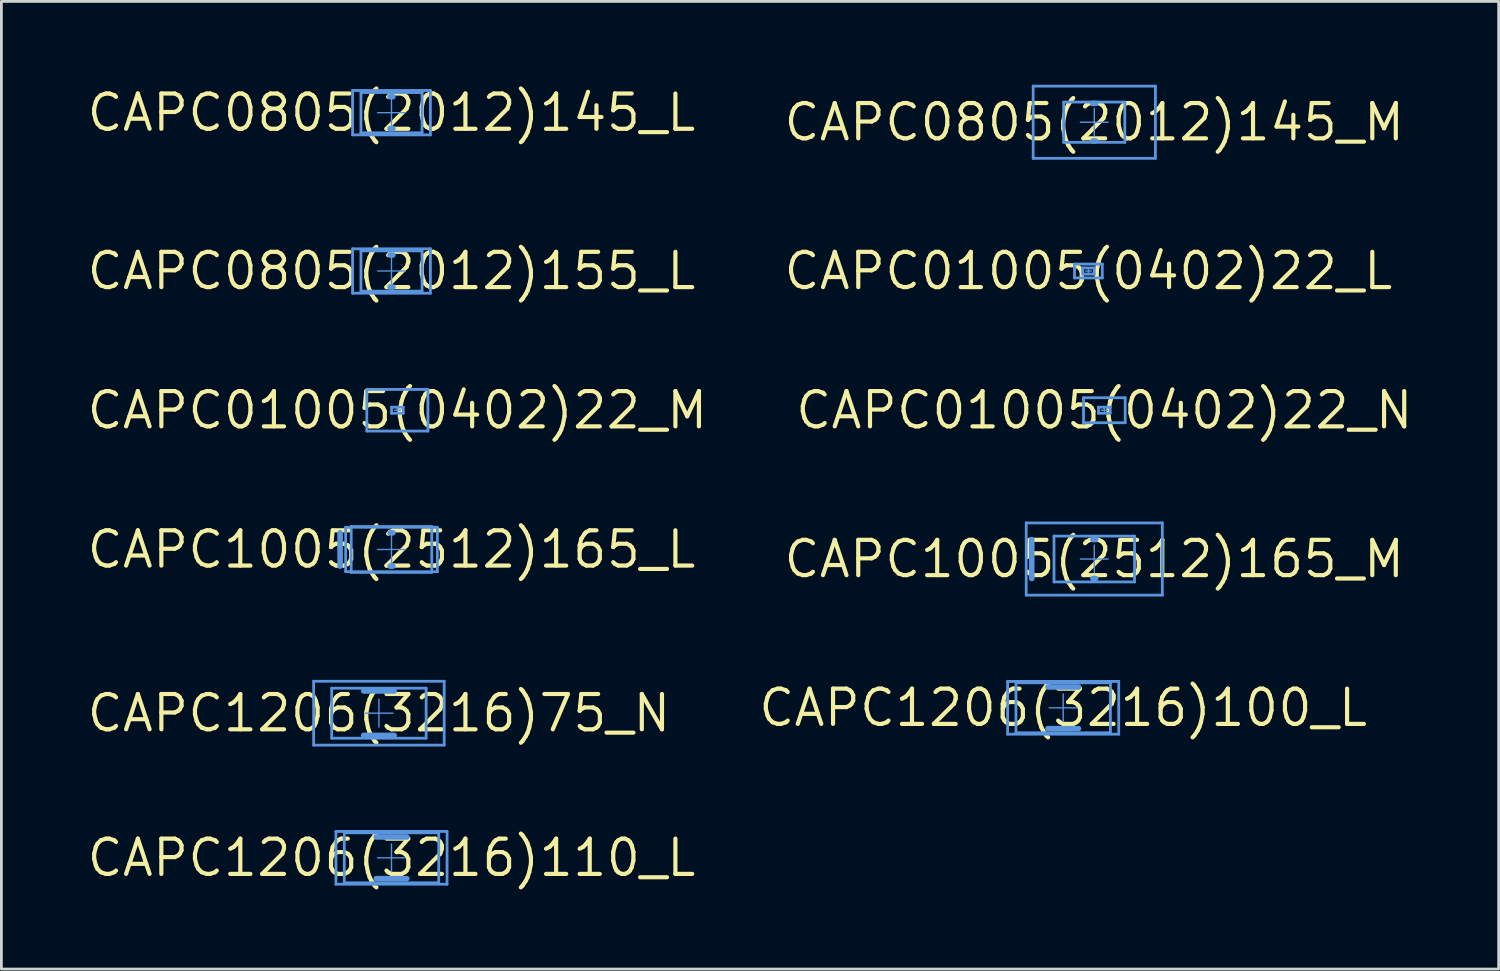
<source format=kicad_pcb>
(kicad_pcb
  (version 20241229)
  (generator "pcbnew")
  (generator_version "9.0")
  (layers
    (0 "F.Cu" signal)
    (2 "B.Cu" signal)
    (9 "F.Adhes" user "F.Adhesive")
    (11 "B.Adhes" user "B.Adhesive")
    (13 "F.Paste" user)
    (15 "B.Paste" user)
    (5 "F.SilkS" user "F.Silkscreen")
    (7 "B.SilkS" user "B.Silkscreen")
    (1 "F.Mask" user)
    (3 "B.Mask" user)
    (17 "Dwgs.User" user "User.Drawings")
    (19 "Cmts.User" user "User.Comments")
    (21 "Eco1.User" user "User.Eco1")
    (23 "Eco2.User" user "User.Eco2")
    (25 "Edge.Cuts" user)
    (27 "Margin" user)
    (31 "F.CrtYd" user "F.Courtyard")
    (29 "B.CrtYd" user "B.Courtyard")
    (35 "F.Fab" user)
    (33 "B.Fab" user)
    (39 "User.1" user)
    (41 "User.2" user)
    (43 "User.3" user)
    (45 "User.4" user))
  (footprint "CAPC01005(0402)22_L"
    (layer "F.Cu")
    (at 36.133 6.706)
    (property "Reference" "CAPC01005(0402)22_L" (at 0 0 0) (layer "F.SilkS") (effects (font (size 1.27 1.27) (thickness 0.15))))
    (attr through_hole)
    (fp_line (start -0.5 -0.25) (end 0.5 -0.25) (stroke (width 0.05) (type solid)) (layer "Cmts.User"))
    (fp_line (start -0.5 -0.25) (end 0.5 -0.25) (stroke (width 0.1) (type solid)) (layer "Cmts.User"))
    (fp_line (start -0.5 0.25) (end -0.5 -0.25) (stroke (width 0.05) (type solid)) (layer "Cmts.User"))
    (fp_line (start -0.5 0.25) (end -0.5 -0.25) (stroke (width 0.1) (type solid)) (layer "Cmts.User"))
    (fp_line (start -0.5 0.25) (end 0.5 0.25) (stroke (width 0.05) (type solid)) (layer "Cmts.User"))
    (fp_line (start -0.5 0.25) (end 0.5 0.25) (stroke (width 0.1) (type solid)) (layer "Cmts.User"))
    (fp_line (start -0.21 -0.11) (end 0.21 -0.11) (stroke (width 0.1) (type solid)) (layer "Cmts.User"))
    (fp_line (start -0.21 0.11) (end -0.21 -0.11) (stroke (width 0.1) (type solid)) (layer "Cmts.User"))
    (fp_line (start -0.21 0.11) (end 0.21 0.11) (stroke (width 0.1) (type solid)) (layer "Cmts.User"))
    (fp_line (start -0.11 0) (end 0.11 0) (stroke (width 0.05) (type solid)) (layer "Cmts.User"))
    (fp_line (start 0 0.11) (end 0 -0.11) (stroke (width 0.05) (type solid)) (layer "Cmts.User"))
    (fp_line (start 0.21 0.11) (end 0.21 -0.11) (stroke (width 0.1) (type solid)) (layer "Cmts.User"))
    (fp_line (start 0.5 0.25) (end 0.5 -0.25) (stroke (width 0.05) (type solid)) (layer "Cmts.User"))
    (fp_line (start 0.5 0.25) (end 0.5 -0.25) (stroke (width 0.1) (type solid)) (layer "Cmts.User")))
  (footprint "CAPC01005(0402)22_N"
    (layer "F.Cu")
    (at 36.707 11.719)
    (property "Reference" "CAPC01005(0402)22_N" (at 0 0 0) (layer "F.SilkS") (effects (font (size 1.27 1.27) (thickness 0.15))))
    (attr through_hole)
    (fp_line (start -0.75 -0.45) (end 0.75 -0.45) (stroke (width 0.05) (type solid)) (layer "Cmts.User"))
    (fp_line (start -0.75 -0.45) (end 0.75 -0.45) (stroke (width 0.1) (type solid)) (layer "Cmts.User"))
    (fp_line (start -0.75 0.45) (end -0.75 -0.45) (stroke (width 0.05) (type solid)) (layer "Cmts.User"))
    (fp_line (start -0.75 0.45) (end -0.75 -0.45) (stroke (width 0.1) (type solid)) (layer "Cmts.User"))
    (fp_line (start -0.75 0.45) (end 0.75 0.45) (stroke (width 0.05) (type solid)) (layer "Cmts.User"))
    (fp_line (start -0.75 0.45) (end 0.75 0.45) (stroke (width 0.1) (type solid)) (layer "Cmts.User"))
    (fp_line (start -0.21 -0.11) (end 0.21 -0.11) (stroke (width 0.1) (type solid)) (layer "Cmts.User"))
    (fp_line (start -0.21 0.11) (end -0.21 -0.11) (stroke (width 0.1) (type solid)) (layer "Cmts.User"))
    (fp_line (start -0.21 0.11) (end 0.21 0.11) (stroke (width 0.1) (type solid)) (layer "Cmts.User"))
    (fp_line (start -0.11 0) (end 0.11 0) (stroke (width 0.05) (type solid)) (layer "Cmts.User"))
    (fp_line (start 0 0.11) (end 0 -0.11) (stroke (width 0.05) (type solid)) (layer "Cmts.User"))
    (fp_line (start 0.21 0.11) (end 0.21 -0.11) (stroke (width 0.1) (type solid)) (layer "Cmts.User"))
    (fp_line (start 0.75 0.45) (end 0.75 -0.45) (stroke (width 0.05) (type solid)) (layer "Cmts.User"))
    (fp_line (start 0.75 0.45) (end 0.75 -0.45) (stroke (width 0.1) (type solid)) (layer "Cmts.User")))
  (footprint "CAPC1206(3216)110_L"
    (layer "F.Cu")
    (at 11.044 27.831)
    (property "Reference" "CAPC1206(3216)110_L" (at 0 0 0) (layer "F.SilkS") (effects (font (size 1.27 1.27) (thickness 0.15))))
    (attr through_hole)
    (fp_line (start -2 -0.95) (end 2 -0.95) (stroke (width 0.05) (type solid)) (layer "Cmts.User"))
    (fp_line (start -2 -0.95) (end 2 -0.95) (stroke (width 0.05) (type solid)) (layer "Cmts.User"))
    (fp_line (start -2 -0.95) (end 2 -0.95) (stroke (width 0.1) (type solid)) (layer "Cmts.User"))
    (fp_line (start -2 0.95) (end -2 -0.95) (stroke (width 0.05) (type solid)) (layer "Cmts.User"))
    (fp_line (start -2 0.95) (end -2 -0.95) (stroke (width 0.05) (type solid)) (layer "Cmts.User"))
    (fp_line (start -2 0.95) (end -2 -0.95) (stroke (width 0.1) (type solid)) (layer "Cmts.User"))
    (fp_line (start -2 0.95) (end 2 0.95) (stroke (width 0.05) (type solid)) (layer "Cmts.User"))
    (fp_line (start -2 0.95) (end 2 0.95) (stroke (width 0.05) (type solid)) (layer "Cmts.User"))
    (fp_line (start -2 0.95) (end 2 0.95) (stroke (width 0.1) (type solid)) (layer "Cmts.User"))
    (fp_line (start -1.7 -0.9) (end 1.7 -0.9) (stroke (width 0.1) (type solid)) (layer "Cmts.User"))
    (fp_line (start -1.7 0.9) (end -1.7 -0.9) (stroke (width 0.1) (type solid)) (layer "Cmts.User"))
    (fp_line (start -1.7 0.9) (end 1.7 0.9) (stroke (width 0.1) (type solid)) (layer "Cmts.User"))
    (fp_line (start -0.55 -0.75) (end 0.55 -0.75) (stroke (width 0.2) (type solid)) (layer "Cmts.User"))
    (fp_line (start -0.55 0.75) (end 0.55 0.75) (stroke (width 0.2) (type solid)) (layer "Cmts.User"))
    (fp_line (start -0.5 0) (end 0.5 0) (stroke (width 0.05) (type solid)) (layer "Cmts.User"))
    (fp_line (start 0 0.5) (end 0 -0.5) (stroke (width 0.05) (type solid)) (layer "Cmts.User"))
    (fp_line (start 1.7 0.9) (end 1.7 -0.9) (stroke (width 0.1) (type solid)) (layer "Cmts.User"))
    (fp_line (start 2 0.95) (end 2 -0.95) (stroke (width 0.05) (type solid)) (layer "Cmts.User"))
    (fp_line (start 2 0.95) (end 2 -0.95) (stroke (width 0.05) (type solid)) (layer "Cmts.User"))
    (fp_line (start 2 0.95) (end 2 -0.95) (stroke (width 0.1) (type solid)) (layer "Cmts.User")))
  (footprint "CAPC1005(2512)165_M"
    (layer "F.Cu")
    (at 36.344 17.075)
    (property "Reference" "CAPC1005(2512)165_M" (at 0 0 0) (layer "F.SilkS") (effects (font (size 1.27 1.27) (thickness 0.15))))
    (attr through_hole)
    (fp_line (start -2.45 -1.3) (end 2.45 -1.3) (stroke (width 0.05) (type solid)) (layer "Cmts.User"))
    (fp_line (start -2.45 -1.3) (end 2.45 -1.3) (stroke (width 0.1) (type solid)) (layer "Cmts.User"))
    (fp_line (start -2.45 1.3) (end -2.45 -1.3) (stroke (width 0.05) (type solid)) (layer "Cmts.User"))
    (fp_line (start -2.45 1.3) (end -2.45 -1.3) (stroke (width 0.1) (type solid)) (layer "Cmts.User"))
    (fp_line (start -2.45 1.3) (end 2.45 1.3) (stroke (width 0.05) (type solid)) (layer "Cmts.User"))
    (fp_line (start -2.45 1.3) (end 2.45 1.3) (stroke (width 0.1) (type solid)) (layer "Cmts.User"))
    (fp_line (start -2.25 0.7) (end -2.25 -0.7) (stroke (width 0.2) (type solid)) (layer "Cmts.User"))
    (fp_line (start -1.45 -0.825) (end 1.45 -0.825) (stroke (width 0.1) (type solid)) (layer "Cmts.User"))
    (fp_line (start -1.45 0.825) (end -1.45 -0.825) (stroke (width 0.1) (type solid)) (layer "Cmts.User"))
    (fp_line (start -1.45 0.825) (end 1.45 0.825) (stroke (width 0.1) (type solid)) (layer "Cmts.User"))
    (fp_line (start -0.5 0) (end 0.5 0) (stroke (width 0.05) (type solid)) (layer "Cmts.User"))
    (fp_line (start -0.05 -0.7) (end 0.05 -0.7) (stroke (width 0.2) (type solid)) (layer "Cmts.User"))
    (fp_line (start -0.05 0.7) (end 0.05 0.7) (stroke (width 0.2) (type solid)) (layer "Cmts.User"))
    (fp_line (start 0 0.5) (end 0 -0.5) (stroke (width 0.05) (type solid)) (layer "Cmts.User"))
    (fp_line (start 1.45 0.825) (end 1.45 -0.825) (stroke (width 0.1) (type solid)) (layer "Cmts.User"))
    (fp_line (start 2.45 1.3) (end 2.45 -1.3) (stroke (width 0.05) (type solid)) (layer "Cmts.User"))
    (fp_line (start 2.45 1.3) (end 2.45 -1.3) (stroke (width 0.1) (type solid)) (layer "Cmts.User")))
  (footprint "CAPC1206(3216)75_N"
    (layer "F.Cu")
    (at 10.591 22.625)
    (property "Reference" "CAPC1206(3216)75_N" (at 0 0 0) (layer "F.SilkS") (effects (font (size 1.27 1.27) (thickness 0.15))))
    (attr through_hole)
    (fp_line (start -2.35 -1.15) (end 2.35 -1.15) (stroke (width 0.05) (type solid)) (layer "Cmts.User"))
    (fp_line (start -2.35 -1.15) (end 2.35 -1.15) (stroke (width 0.1) (type solid)) (layer "Cmts.User"))
    (fp_line (start -2.35 1.15) (end -2.35 -1.15) (stroke (width 0.05) (type solid)) (layer "Cmts.User"))
    (fp_line (start -2.35 1.15) (end -2.35 -1.15) (stroke (width 0.1) (type solid)) (layer "Cmts.User"))
    (fp_line (start -2.35 1.15) (end 2.35 1.15) (stroke (width 0.05) (type solid)) (layer "Cmts.User"))
    (fp_line (start -2.35 1.15) (end 2.35 1.15) (stroke (width 0.1) (type solid)) (layer "Cmts.User"))
    (fp_line (start -1.7 -0.9) (end 1.7 -0.9) (stroke (width 0.1) (type solid)) (layer "Cmts.User"))
    (fp_line (start -1.7 0.9) (end -1.7 -0.9) (stroke (width 0.1) (type solid)) (layer "Cmts.User"))
    (fp_line (start -1.7 0.9) (end 1.7 0.9) (stroke (width 0.1) (type solid)) (layer "Cmts.User"))
    (fp_line (start -0.55 -0.8) (end 0.55 -0.8) (stroke (width 0.2) (type solid)) (layer "Cmts.User"))
    (fp_line (start -0.55 0.8) (end 0.55 0.8) (stroke (width 0.2) (type solid)) (layer "Cmts.User"))
    (fp_line (start -0.5 0) (end 0.5 0) (stroke (width 0.05) (type solid)) (layer "Cmts.User"))
    (fp_line (start 0 0.5) (end 0 -0.5) (stroke (width 0.05) (type solid)) (layer "Cmts.User"))
    (fp_line (start 1.7 0.9) (end 1.7 -0.9) (stroke (width 0.1) (type solid)) (layer "Cmts.User"))
    (fp_line (start 2.35 1.15) (end 2.35 -1.15) (stroke (width 0.05) (type solid)) (layer "Cmts.User"))
    (fp_line (start 2.35 1.15) (end 2.35 -1.15) (stroke (width 0.1) (type solid)) (layer "Cmts.User")))
  (footprint "CAPC0805(2012)145_M"
    (layer "F.Cu")
    (at 36.344 1.35)
    (property "Reference" "CAPC0805(2012)145_M" (at 0 0 0) (layer "F.SilkS") (effects (font (size 1.27 1.27) (thickness 0.15))))
    (attr through_hole)
    (fp_line (start -2.2 -1.3) (end 2.2 -1.3) (stroke (width 0.05) (type solid)) (layer "Cmts.User"))
    (fp_line (start -2.2 -1.3) (end 2.2 -1.3) (stroke (width 0.1) (type solid)) (layer "Cmts.User"))
    (fp_line (start -2.2 1.3) (end -2.2 -1.3) (stroke (width 0.05) (type solid)) (layer "Cmts.User"))
    (fp_line (start -2.2 1.3) (end -2.2 -1.3) (stroke (width 0.1) (type solid)) (layer "Cmts.User"))
    (fp_line (start -2.2 1.3) (end 2.2 1.3) (stroke (width 0.05) (type solid)) (layer "Cmts.User"))
    (fp_line (start -2.2 1.3) (end 2.2 1.3) (stroke (width 0.1) (type solid)) (layer "Cmts.User"))
    (fp_line (start -1.1 -0.725) (end 1.1 -0.725) (stroke (width 0.1) (type solid)) (layer "Cmts.User"))
    (fp_line (start -1.1 0.725) (end -1.1 -0.725) (stroke (width 0.1) (type solid)) (layer "Cmts.User"))
    (fp_line (start -1.1 0.725) (end 1.1 0.725) (stroke (width 0.1) (type solid)) (layer "Cmts.User"))
    (fp_line (start -0.5 0) (end 0.5 0) (stroke (width 0.05) (type solid)) (layer "Cmts.User"))
    (fp_line (start -0.05 -0.675) (end 0.05 -0.675) (stroke (width 0.2) (type solid)) (layer "Cmts.User"))
    (fp_line (start -0.05 0.675) (end 0.05 0.675) (stroke (width 0.2) (type solid)) (layer "Cmts.User"))
    (fp_line (start 0 0.5) (end 0 -0.5) (stroke (width 0.05) (type solid)) (layer "Cmts.User"))
    (fp_line (start 1.1 0.725) (end 1.1 -0.725) (stroke (width 0.1) (type solid)) (layer "Cmts.User"))
    (fp_line (start 2.2 1.3) (end 2.2 -1.3) (stroke (width 0.05) (type solid)) (layer "Cmts.User"))
    (fp_line (start 2.2 1.3) (end 2.2 -1.3) (stroke (width 0.1) (type solid)) (layer "Cmts.User")))
  (footprint "CAPC1005(2512)165_L"
    (layer "F.Cu")
    (at 11.044 16.731)
    (property "Reference" "CAPC1005(2512)165_L" (at 0 0 0) (layer "F.SilkS") (effects (font (size 1.27 1.27) (thickness 0.15))))
    (attr through_hole)
    (fp_line (start -1.85 0.6) (end -1.85 -0.6) (stroke (width 0.2) (type solid)) (layer "Cmts.User"))
    (fp_line (start -1.65 -0.8) (end 1.65 -0.8) (stroke (width 0.05) (type solid)) (layer "Cmts.User"))
    (fp_line (start -1.65 -0.8) (end 1.65 -0.8) (stroke (width 0.1) (type solid)) (layer "Cmts.User"))
    (fp_line (start -1.65 0.8) (end -1.65 -0.8) (stroke (width 0.05) (type solid)) (layer "Cmts.User"))
    (fp_line (start -1.65 0.8) (end -1.65 -0.8) (stroke (width 0.1) (type solid)) (layer "Cmts.User"))
    (fp_line (start -1.65 0.8) (end 1.65 0.8) (stroke (width 0.05) (type solid)) (layer "Cmts.User"))
    (fp_line (start -1.65 0.8) (end 1.65 0.8) (stroke (width 0.1) (type solid)) (layer "Cmts.User"))
    (fp_line (start -1.45 -0.825) (end 1.45 -0.825) (stroke (width 0.1) (type solid)) (layer "Cmts.User"))
    (fp_line (start -1.45 0.825) (end -1.45 -0.825) (stroke (width 0.1) (type solid)) (layer "Cmts.User"))
    (fp_line (start -1.45 0.825) (end 1.45 0.825) (stroke (width 0.1) (type solid)) (layer "Cmts.User"))
    (fp_line (start -0.5 0) (end 0.5 0) (stroke (width 0.05) (type solid)) (layer "Cmts.User"))
    (fp_line (start -0.05 -0.6) (end 0.05 -0.6) (stroke (width 0.2) (type solid)) (layer "Cmts.User"))
    (fp_line (start -0.05 0.6) (end 0.05 0.6) (stroke (width 0.2) (type solid)) (layer "Cmts.User"))
    (fp_line (start 0 0.5) (end 0 -0.5) (stroke (width 0.05) (type solid)) (layer "Cmts.User"))
    (fp_line (start 1.45 0.825) (end 1.45 -0.825) (stroke (width 0.1) (type solid)) (layer "Cmts.User"))
    (fp_line (start 1.65 0.8) (end 1.65 -0.8) (stroke (width 0.05) (type solid)) (layer "Cmts.User"))
    (fp_line (start 1.65 0.8) (end 1.65 -0.8) (stroke (width 0.1) (type solid)) (layer "Cmts.User")))
  (footprint "CAPC01005(0402)22_M"
    (layer "F.Cu")
    (at 11.256 11.719)
    (property "Reference" "CAPC01005(0402)22_M" (at 0 0 0) (layer "F.SilkS") (effects (font (size 1.27 1.27) (thickness 0.15))))
    (attr through_hole)
    (fp_line (start -1.1 -0.75) (end 1.1 -0.75) (stroke (width 0.05) (type solid)) (layer "Cmts.User"))
    (fp_line (start -1.1 -0.75) (end 1.1 -0.75) (stroke (width 0.1) (type solid)) (layer "Cmts.User"))
    (fp_line (start -1.1 0.75) (end -1.1 -0.75) (stroke (width 0.05) (type solid)) (layer "Cmts.User"))
    (fp_line (start -1.1 0.75) (end -1.1 -0.75) (stroke (width 0.1) (type solid)) (layer "Cmts.User"))
    (fp_line (start -1.1 0.75) (end 1.1 0.75) (stroke (width 0.05) (type solid)) (layer "Cmts.User"))
    (fp_line (start -1.1 0.75) (end 1.1 0.75) (stroke (width 0.1) (type solid)) (layer "Cmts.User"))
    (fp_line (start -0.21 -0.11) (end 0.21 -0.11) (stroke (width 0.1) (type solid)) (layer "Cmts.User"))
    (fp_line (start -0.21 0.11) (end -0.21 -0.11) (stroke (width 0.1) (type solid)) (layer "Cmts.User"))
    (fp_line (start -0.21 0.11) (end 0.21 0.11) (stroke (width 0.1) (type solid)) (layer "Cmts.User"))
    (fp_line (start -0.11 0) (end 0.11 0) (stroke (width 0.05) (type solid)) (layer "Cmts.User"))
    (fp_line (start 0 0.11) (end 0 -0.11) (stroke (width 0.05) (type solid)) (layer "Cmts.User"))
    (fp_line (start 0.21 0.11) (end 0.21 -0.11) (stroke (width 0.1) (type solid)) (layer "Cmts.User"))
    (fp_line (start 1.1 0.75) (end 1.1 -0.75) (stroke (width 0.05) (type solid)) (layer "Cmts.User"))
    (fp_line (start 1.1 0.75) (end 1.1 -0.75) (stroke (width 0.1) (type solid)) (layer "Cmts.User")))
  (footprint "CAPC0805(2012)145_L"
    (layer "F.Cu")
    (at 11.044 1.006)
    (property "Reference" "CAPC0805(2012)145_L" (at 0 0 0) (layer "F.SilkS") (effects (font (size 1.27 1.27) (thickness 0.15))))
    (attr through_hole)
    (fp_line (start -1.4 -0.8) (end 1.4 -0.8) (stroke (width 0.05) (type solid)) (layer "Cmts.User"))
    (fp_line (start -1.4 -0.8) (end 1.4 -0.8) (stroke (width 0.1) (type solid)) (layer "Cmts.User"))
    (fp_line (start -1.4 0.8) (end -1.4 -0.8) (stroke (width 0.05) (type solid)) (layer "Cmts.User"))
    (fp_line (start -1.4 0.8) (end -1.4 -0.8) (stroke (width 0.1) (type solid)) (layer "Cmts.User"))
    (fp_line (start -1.4 0.8) (end 1.4 0.8) (stroke (width 0.05) (type solid)) (layer "Cmts.User"))
    (fp_line (start -1.4 0.8) (end 1.4 0.8) (stroke (width 0.1) (type solid)) (layer "Cmts.User"))
    (fp_line (start -1.1 -0.725) (end 1.1 -0.725) (stroke (width 0.1) (type solid)) (layer "Cmts.User"))
    (fp_line (start -1.1 0.725) (end -1.1 -0.725) (stroke (width 0.1) (type solid)) (layer "Cmts.User"))
    (fp_line (start -1.1 0.725) (end 1.1 0.725) (stroke (width 0.1) (type solid)) (layer "Cmts.User"))
    (fp_line (start -0.5 0) (end 0.5 0) (stroke (width 0.05) (type solid)) (layer "Cmts.User"))
    (fp_line (start -0.05 -0.575) (end 0.05 -0.575) (stroke (width 0.2) (type solid)) (layer "Cmts.User"))
    (fp_line (start -0.05 0.575) (end 0.05 0.575) (stroke (width 0.2) (type solid)) (layer "Cmts.User"))
    (fp_line (start 0 0.5) (end 0 -0.5) (stroke (width 0.05) (type solid)) (layer "Cmts.User"))
    (fp_line (start 1.1 0.725) (end 1.1 -0.725) (stroke (width 0.1) (type solid)) (layer "Cmts.User"))
    (fp_line (start 1.4 0.8) (end 1.4 -0.8) (stroke (width 0.05) (type solid)) (layer "Cmts.User"))
    (fp_line (start 1.4 0.8) (end 1.4 -0.8) (stroke (width 0.1) (type solid)) (layer "Cmts.User")))
  (footprint "CAPC0805(2012)155_L"
    (layer "F.Cu")
    (at 11.044 6.706)
    (property "Reference" "CAPC0805(2012)155_L" (at 0 0 0) (layer "F.SilkS") (effects (font (size 1.27 1.27) (thickness 0.15))))
    (attr through_hole)
    (fp_line (start -1.4 -0.8) (end 1.4 -0.8) (stroke (width 0.05) (type solid)) (layer "Cmts.User"))
    (fp_line (start -1.4 -0.8) (end 1.4 -0.8) (stroke (width 0.1) (type solid)) (layer "Cmts.User"))
    (fp_line (start -1.4 0.8) (end -1.4 -0.8) (stroke (width 0.05) (type solid)) (layer "Cmts.User"))
    (fp_line (start -1.4 0.8) (end -1.4 -0.8) (stroke (width 0.1) (type solid)) (layer "Cmts.User"))
    (fp_line (start -1.4 0.8) (end 1.4 0.8) (stroke (width 0.05) (type solid)) (layer "Cmts.User"))
    (fp_line (start -1.4 0.8) (end 1.4 0.8) (stroke (width 0.1) (type solid)) (layer "Cmts.User"))
    (fp_line (start -1.1 -0.725) (end 1.1 -0.725) (stroke (width 0.1) (type solid)) (layer "Cmts.User"))
    (fp_line (start -1.1 0.725) (end -1.1 -0.725) (stroke (width 0.1) (type solid)) (layer "Cmts.User"))
    (fp_line (start -1.1 0.725) (end 1.1 0.725) (stroke (width 0.1) (type solid)) (layer "Cmts.User"))
    (fp_line (start -0.5 0) (end 0.5 0) (stroke (width 0.05) (type solid)) (layer "Cmts.User"))
    (fp_line (start -0.05 -0.575) (end 0.05 -0.575) (stroke (width 0.2) (type solid)) (layer "Cmts.User"))
    (fp_line (start -0.05 0.575) (end 0.05 0.575) (stroke (width 0.2) (type solid)) (layer "Cmts.User"))
    (fp_line (start 0 0.5) (end 0 -0.5) (stroke (width 0.05) (type solid)) (layer "Cmts.User"))
    (fp_line (start 1.1 0.725) (end 1.1 -0.725) (stroke (width 0.1) (type solid)) (layer "Cmts.User"))
    (fp_line (start 1.4 0.8) (end 1.4 -0.8) (stroke (width 0.05) (type solid)) (layer "Cmts.User"))
    (fp_line (start 1.4 0.8) (end 1.4 -0.8) (stroke (width 0.1) (type solid)) (layer "Cmts.User")))
  (footprint "CAPC1206(3216)100_L"
    (layer "F.Cu")
    (at 35.225 22.431)
    (property "Reference" "CAPC1206(3216)100_L" (at 0 0 0) (layer "F.SilkS") (effects (font (size 1.27 1.27) (thickness 0.15))))
    (attr through_hole)
    (fp_line (start -2 -0.95) (end 2 -0.95) (stroke (width 0.05) (type solid)) (layer "Cmts.User"))
    (fp_line (start -2 -0.95) (end 2 -0.95) (stroke (width 0.1) (type solid)) (layer "Cmts.User"))
    (fp_line (start -2 0.95) (end -2 -0.95) (stroke (width 0.05) (type solid)) (layer "Cmts.User"))
    (fp_line (start -2 0.95) (end -2 -0.95) (stroke (width 0.1) (type solid)) (layer "Cmts.User"))
    (fp_line (start -2 0.95) (end 2 0.95) (stroke (width 0.05) (type solid)) (layer "Cmts.User"))
    (fp_line (start -2 0.95) (end 2 0.95) (stroke (width 0.1) (type solid)) (layer "Cmts.User"))
    (fp_line (start -1.7 -0.9) (end 1.7 -0.9) (stroke (width 0.1) (type solid)) (layer "Cmts.User"))
    (fp_line (start -1.7 0.9) (end -1.7 -0.9) (stroke (width 0.1) (type solid)) (layer "Cmts.User"))
    (fp_line (start -1.7 0.9) (end 1.7 0.9) (stroke (width 0.1) (type solid)) (layer "Cmts.User"))
    (fp_line (start -0.55 -0.75) (end 0.55 -0.75) (stroke (width 0.2) (type solid)) (layer "Cmts.User"))
    (fp_line (start -0.55 0.75) (end 0.55 0.75) (stroke (width 0.2) (type solid)) (layer "Cmts.User"))
    (fp_line (start -0.5 0) (end 0.5 0) (stroke (width 0.05) (type solid)) (layer "Cmts.User"))
    (fp_line (start 0 0.5) (end 0 -0.5) (stroke (width 0.05) (type solid)) (layer "Cmts.User"))
    (fp_line (start 1.7 0.9) (end 1.7 -0.9) (stroke (width 0.1) (type solid)) (layer "Cmts.User"))
    (fp_line (start 2 0.95) (end 2 -0.95) (stroke (width 0.05) (type solid)) (layer "Cmts.User"))
    (fp_line (start 2 0.95) (end 2 -0.95) (stroke (width 0.1) (type solid)) (layer "Cmts.User")))
  (gr_rect
    (start -3 -3)
    (end 50.902 31.837)
    (stroke (width 0.1) (type default))
    (fill no)
    (layer "Edge.Cuts")))
</source>
